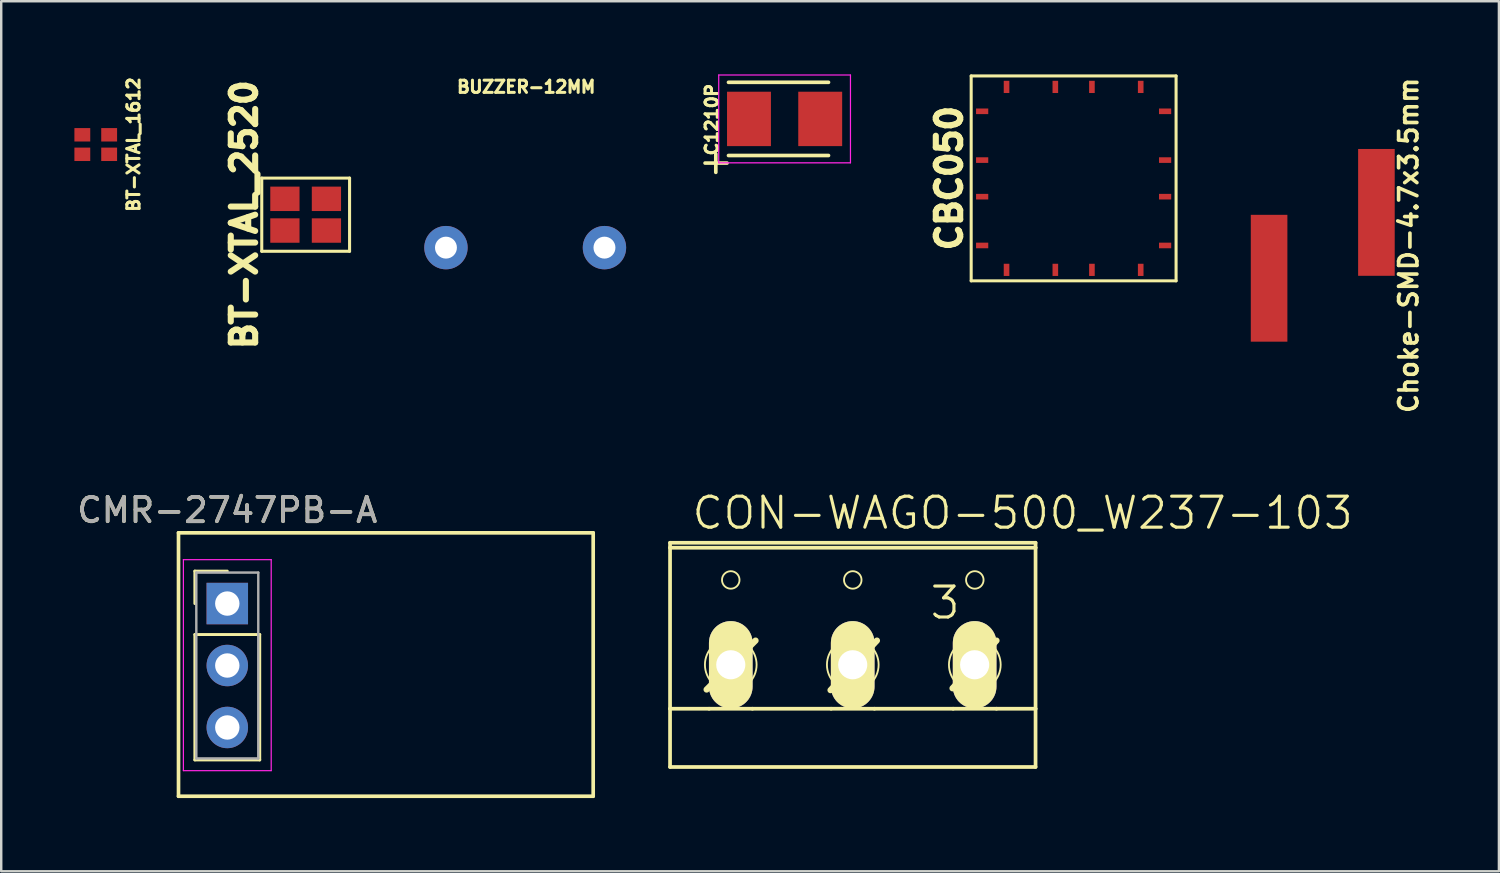
<source format=kicad_pcb>
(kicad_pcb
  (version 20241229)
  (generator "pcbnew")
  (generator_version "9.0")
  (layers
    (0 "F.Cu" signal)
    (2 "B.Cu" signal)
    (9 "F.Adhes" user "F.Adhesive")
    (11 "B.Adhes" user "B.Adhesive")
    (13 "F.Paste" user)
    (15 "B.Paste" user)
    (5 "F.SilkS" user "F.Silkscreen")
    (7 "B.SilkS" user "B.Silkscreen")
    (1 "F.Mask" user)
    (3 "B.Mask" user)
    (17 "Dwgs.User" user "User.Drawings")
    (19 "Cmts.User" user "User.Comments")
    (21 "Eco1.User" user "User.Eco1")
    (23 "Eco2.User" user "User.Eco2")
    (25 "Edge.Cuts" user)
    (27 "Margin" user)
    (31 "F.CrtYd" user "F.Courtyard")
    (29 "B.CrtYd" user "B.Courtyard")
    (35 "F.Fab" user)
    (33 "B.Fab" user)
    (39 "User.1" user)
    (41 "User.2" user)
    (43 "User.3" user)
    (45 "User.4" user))
  (footprint "BUZZER-12MM"
    (layer "F.Cu")
    (at 18.481 7.102)
    (property "Reference" "BUZZER-12MM" (at 0.04 -6.59 0) (layer "F.SilkS") (effects (font (size 0.5 0.5) (thickness 0.125))))
    (attr through_hole)
    (pad "+" thru_hole circle (at 3.249 0) (size 1.778 1.778) (drill 0.899) (layers "*.Cu" "*.Mask" "F.Paste"))
    (pad "-" thru_hole circle (at -3.249 0) (size 1.778 1.778) (drill 0.899) (layers "*.Cu" "*.Mask" "F.Paste")))
  (footprint "CBC050"
    (layer "F.Cu")
    (at 40.964 4.263)
    (property "Reference" "CBC050" (at -5.1 -0.01 90) (layer "F.SilkS") (effects (font (size 1 1) (thickness 0.25))))
    (attr through_hole)
    (fp_line (start -4.2 -4.2) (end 4.2 -4.2) (stroke (width 0.125) (type solid)) (layer "F.SilkS"))
    (fp_line (start -4.2 4.2) (end -4.2 -4.2) (stroke (width 0.125) (type solid)) (layer "F.SilkS"))
    (fp_line (start 4.2 -4.2) (end 4.2 4.2) (stroke (width 0.125) (type solid)) (layer "F.SilkS"))
    (fp_line (start 4.2 4.2) (end -4.2 4.2) (stroke (width 0.125) (type solid)) (layer "F.SilkS"))
    (pad "1" smd rect (at -3.75 -2.75) (size 0.5 0.23) (layers "F.Cu" "F.Mask" "F.Paste"))
    (pad "2" smd rect (at -3.75 -0.75) (size 0.5 0.23) (layers "F.Cu" "F.Mask" "F.Paste"))
    (pad "3" smd rect (at -3.75 0.75) (size 0.5 0.23) (layers "F.Cu" "F.Mask" "F.Paste"))
    (pad "4" smd rect (at -3.75 2.75) (size 0.5 0.23) (layers "F.Cu" "F.Mask" "F.Paste"))
    (pad "5" smd rect (at -2.75 3.75 90) (size 0.5 0.23) (layers "F.Cu" "F.Mask" "F.Paste"))
    (pad "6" smd rect (at -0.75 3.75 90) (size 0.5 0.23) (layers "F.Cu" "F.Mask" "F.Paste"))
    (pad "7" smd rect (at 0.75 3.75 90) (size 0.5 0.23) (layers "F.Cu" "F.Mask" "F.Paste"))
    (pad "8" smd rect (at 2.75 3.75 90) (size 0.5 0.23) (layers "F.Cu" "F.Mask" "F.Paste"))
    (pad "9" smd rect (at 3.75 2.75) (size 0.5 0.23) (layers "F.Cu" "F.Mask" "F.Paste"))
    (pad "10" smd rect (at 3.75 0.75) (size 0.5 0.23) (layers "F.Cu" "F.Mask" "F.Paste"))
    (pad "11" smd rect (at 3.75 -0.75) (size 0.5 0.23) (layers "F.Cu" "F.Mask" "F.Paste"))
    (pad "12" smd rect (at 3.75 -2.75) (size 0.5 0.23) (layers "F.Cu" "F.Mask" "F.Paste"))
    (pad "13" smd rect (at 2.75 -3.75 270) (size 0.5 0.23) (layers "F.Cu" "F.Mask" "F.Paste"))
    (pad "14" smd rect (at 0.75 -3.75 270) (size 0.5 0.23) (layers "F.Cu" "F.Mask" "F.Paste"))
    (pad "15" smd rect (at -0.75 -3.75 270) (size 0.5 0.23) (layers "F.Cu" "F.Mask" "F.Paste"))
    (pad "16" smd rect (at -2.75 -3.75 270) (size 0.5 0.23) (layers "F.Cu" "F.Mask" "F.Paste")))
  (footprint "BT-XTAL_1612"
    (layer "F.Cu")
    (at 0.875 2.876)
    (property "Reference" "BT-XTAL_1612" (at 1.55 0 90) (layer "F.SilkS") (effects (font (size 0.5 0.5) (thickness 0.125))))
    (attr through_hole)
    (pad "1" smd rect (at -0.55 0.4) (size 0.65 0.55) (layers "F.Cu" "F.Mask" "F.Paste"))
    (pad "2" smd rect (at 0.55 -0.4) (size 0.65 0.55) (layers "F.Cu" "F.Mask" "F.Paste"))
    (pad "3" smd rect (at 0.55 0.4) (size 0.65 0.55) (layers "F.Cu" "F.Mask" "F.Paste"))
    (pad "4" smd rect (at -0.55 -0.4) (size 0.65 0.55) (layers "F.Cu" "F.Mask" "F.Paste")))
  (footprint "C1210P"
    (layer "F.Cu")
    (at 29.115 1.825)
    (property "Reference" "C1210P" (at -2.985 0.03 90) (layer "F.SilkS") (effects (font (size 0.5 0.5) (thickness 0.125))))
    (attr smd)
    (fp_line (start -3.26 1.81) (end -2.36 1.81) (stroke (width 0.15) (type solid)) (layer "F.SilkS"))
    (fp_line (start -2.82 2.19) (end -2.82 1.44) (stroke (width 0.15) (type solid)) (layer "F.SilkS"))
    (fp_line (start 1.8 -1.5) (end -2.3 -1.5) (stroke (width 0.15) (type solid)) (layer "F.SilkS"))
    (fp_line (start 1.8 1.5) (end -2.3 1.5) (stroke (width 0.15) (type solid)) (layer "F.SilkS"))
    (fp_line (start -2.7 -1.8) (end -2.7 1.8) (stroke (width 0.05) (type solid)) (layer "F.CrtYd"))
    (fp_line (start -2.7 1.8) (end 2.7 1.8) (stroke (width 0.05) (type solid)) (layer "F.CrtYd"))
    (fp_line (start 2.7 -1.8) (end -2.7 -1.8) (stroke (width 0.05) (type solid)) (layer "F.CrtYd"))
    (fp_line (start 2.7 1.8) (end 2.7 -1.8) (stroke (width 0.05) (type solid)) (layer "F.CrtYd"))
    (pad "1" smd rect (at -1.46 0) (size 1.8 2.23) (layers "F.Cu" "F.Mask" "F.Paste"))
    (pad "2" smd rect (at 1.46 0) (size 1.8 2.23) (layers "F.Cu" "F.Mask" "F.Paste")))
  (footprint "BT-XTAL_2520"
    (layer "F.Cu")
    (at 9.481 5.751)
    (property "Reference" "BT-XTAL_2520" (at -2.52 0 90) (layer "F.SilkS") (effects (font (size 1 1) (thickness 0.25))))
    (attr through_hole)
    (fp_line (start -1.8 -1.5) (end 1.8 -1.5) (stroke (width 0.125) (type solid)) (layer "F.SilkS"))
    (fp_line (start -1.8 1.5) (end -1.8 -1.5) (stroke (width 0.125) (type solid)) (layer "F.SilkS"))
    (fp_line (start 1.8 -1.5) (end 1.8 1.5) (stroke (width 0.125) (type solid)) (layer "F.SilkS"))
    (fp_line (start 1.8 1.5) (end -1.8 1.5) (stroke (width 0.125) (type solid)) (layer "F.SilkS"))
    (pad "1" smd rect (at -0.851 0.65) (size 1.199 1.001) (layers "F.Cu" "F.Mask" "F.Paste"))
    (pad "2" smd rect (at 0.851 -0.65) (size 1.199 1.001) (layers "F.Cu" "F.Mask" "F.Paste"))
    (pad "3" smd rect (at 0.851 0.65) (size 1.199 1.001) (layers "F.Cu" "F.Mask" "F.Paste"))
    (pad "4" smd rect (at -0.851 -0.65) (size 1.199 1.001) (layers "F.Cu" "F.Mask" "F.Paste")))
  (footprint "CMR-2747PB-A"
    (layer "F.Cu")
    (at 6.268 24.193)
    (property "Reference" "CMR-2747PB-A" (at 0 -6.33 0) (layer "F.SilkS") (effects (font (size 1 1) (thickness 0.15))))
    (attr through_hole)
    (fp_line (start -2 -5.4) (end -2 5.4) (stroke (width 0.15) (type solid)) (layer "F.SilkS"))
    (fp_line (start -2 -5.4) (end 15 -5.4) (stroke (width 0.15) (type solid)) (layer "F.SilkS"))
    (fp_line (start -1.33 -3.83) (end 0 -3.83) (stroke (width 0.12) (type solid)) (layer "F.SilkS"))
    (fp_line (start -1.33 -2.5) (end -1.33 -3.83) (stroke (width 0.12) (type solid)) (layer "F.SilkS"))
    (fp_line (start -1.33 -1.23) (end -1.33 3.91) (stroke (width 0.12) (type solid)) (layer "F.SilkS"))
    (fp_line (start -1.33 3.91) (end 1.33 3.91) (stroke (width 0.12) (type solid)) (layer "F.SilkS"))
    (fp_line (start 1.33 -1.23) (end -1.33 -1.23) (stroke (width 0.12) (type solid)) (layer "F.SilkS"))
    (fp_line (start 1.33 3.91) (end 1.33 -1.23) (stroke (width 0.12) (type solid)) (layer "F.SilkS"))
    (fp_line (start 15 -5.4) (end 15 5.4) (stroke (width 0.15) (type solid)) (layer "F.SilkS"))
    (fp_line (start 15 5.4) (end -2 5.4) (stroke (width 0.15) (type solid)) (layer "F.SilkS"))
    (fp_line (start -1.8 -4.3) (end -1.8 4.35) (stroke (width 0.05) (type solid)) (layer "F.CrtYd"))
    (fp_line (start -1.8 4.35) (end 1.8 4.35) (stroke (width 0.05) (type solid)) (layer "F.CrtYd"))
    (fp_line (start 1.8 -4.3) (end -1.8 -4.3) (stroke (width 0.05) (type solid)) (layer "F.CrtYd"))
    (fp_line (start 1.8 4.35) (end 1.8 -4.3) (stroke (width 0.05) (type solid)) (layer "F.CrtYd"))
    (fp_line (start -1.27 -3.77) (end -1.27 3.85) (stroke (width 0.1) (type solid)) (layer "F.Fab"))
    (fp_line (start -1.27 3.85) (end 1.27 3.85) (stroke (width 0.1) (type solid)) (layer "F.Fab"))
    (fp_line (start 1.27 -3.77) (end -1.27 -3.77) (stroke (width 0.1) (type solid)) (layer "F.Fab"))
    (fp_line (start 1.27 3.85) (end 1.27 -3.77) (stroke (width 0.1) (type solid)) (layer "F.Fab"))
    (fp_text user "${REFERENCE}" (at 0 -6.33 0) (layer "F.Fab") (effects (font (size 1 1) (thickness 0.15))))
    (pad "1" thru_hole oval (at 0 0.04) (size 1.7 1.7) (drill 1) (layers "*.Cu" "*.Mask"))
    (pad "2" thru_hole rect (at 0 -2.5) (size 1.7 1.7) (drill 1) (layers "*.Cu" "*.Mask"))
    (pad "3" thru_hole oval (at 0 2.58) (size 1.7 1.7) (drill 1) (layers "*.Cu" "*.Mask")))
  (footprint "Choke-SMD-4.7x3.5mm"
    (layer "F.Cu")
    (at 51.177 7.007)
    (property "Reference" "Choke-SMD-4.7x3.5mm" (at 3.52 0 90) (layer "F.SilkS") (effects (font (size 0.75 0.75) (thickness 0.15))))
    (attr through_hole)
    (pad "1" smd rect (at -2.2 1.35) (size 1.5 5.2) (layers "F.Cu" "F.Mask" "F.Paste"))
    (pad "2" smd rect (at 2.2 -1.35) (size 1.5 5.2) (layers "F.Cu" "F.Mask" "F.Paste")))
  (footprint "CON-WAGO-500_W237-103"
    (layer "F.Cu")
    (at 31.907 22.914)
    (property "Reference" "CON-WAGO-500_W237-103" (at 6.967 -4.934 0) (layer "F.SilkS") (effects (font (size 1.27 1.27) (thickness 0.127))))
    (attr exclude_from_pos_files exclude_from_bom)
    (fp_line (start -7.488 -3.51) (end -7.488 -3.713) (stroke (width 0.152) (type solid)) (layer "F.SilkS"))
    (fp_line (start -7.488 3.091) (end -7.488 -3.51) (stroke (width 0.152) (type solid)) (layer "F.SilkS"))
    (fp_line (start -7.488 3.091) (end -5.888 3.091) (stroke (width 0.152) (type solid)) (layer "F.SilkS"))
    (fp_line (start -7.488 5.479) (end -7.488 3.091) (stroke (width 0.152) (type solid)) (layer "F.SilkS"))
    (fp_line (start -7.488 5.479) (end 7.496 5.479) (stroke (width 0.152) (type solid)) (layer "F.SilkS"))
    (fp_line (start -5.989 2.304) (end -3.983 0.297) (stroke (width 0.254) (type solid)) (layer "F.SilkS"))
    (fp_line (start -5.888 3.091) (end -4.11 3.091) (stroke (width 0.152) (type solid)) (layer "F.SilkS"))
    (fp_line (start -4.11 3.091) (end -0.884 3.091) (stroke (width 0.152) (type solid)) (layer "F.SilkS"))
    (fp_line (start -0.909 2.329) (end 0.993 0.297) (stroke (width 0.254) (type solid)) (layer "F.SilkS"))
    (fp_line (start -0.884 3.091) (end 0.892 3.091) (stroke (width 0.152) (type solid)) (layer "F.SilkS"))
    (fp_line (start 0.892 3.091) (end 4.117 3.091) (stroke (width 0.152) (type solid)) (layer "F.SilkS"))
    (fp_line (start 4.092 2.253) (end 5.895 0.297) (stroke (width 0.254) (type solid)) (layer "F.SilkS"))
    (fp_line (start 4.117 3.091) (end 5.895 3.091) (stroke (width 0.152) (type solid)) (layer "F.SilkS"))
    (fp_line (start 5.895 3.091) (end 7.496 3.091) (stroke (width 0.152) (type solid)) (layer "F.SilkS"))
    (fp_line (start 7.496 -3.713) (end -7.488 -3.713) (stroke (width 0.152) (type solid)) (layer "F.SilkS"))
    (fp_line (start 7.496 -3.713) (end 7.496 -3.51) (stroke (width 0.152) (type solid)) (layer "F.SilkS"))
    (fp_line (start 7.496 -3.51) (end -7.488 -3.51) (stroke (width 0.152) (type solid)) (layer "F.SilkS"))
    (fp_line (start 7.496 -3.51) (end 7.496 3.091) (stroke (width 0.152) (type solid)) (layer "F.SilkS"))
    (fp_line (start 7.496 3.091) (end 7.496 5.479) (stroke (width 0.152) (type solid)) (layer "F.SilkS"))
    (fp_circle (center -4.999 -2.189) (end -5.253 -2.443) (stroke (width 0.076) (type solid)) (fill no) (layer "F.SilkS"))
    (fp_circle (center -4.999 1.288) (end -5.748 2.037) (stroke (width 0.076) (type solid)) (fill no) (layer "F.SilkS"))
    (fp_circle (center 0.003 -2.189) (end 0.257 -2.443) (stroke (width 0.076) (type solid)) (fill no) (layer "F.SilkS"))
    (fp_circle (center 0.003 1.288) (end 0.752 2.037) (stroke (width 0.076) (type solid)) (fill no) (layer "F.SilkS"))
    (fp_circle (center 5.006 -2.189) (end 5.26 -2.443) (stroke (width 0.076) (type solid)) (fill no) (layer "F.SilkS"))
    (fp_circle (center 5.006 1.288) (end 5.756 2.037) (stroke (width 0.076) (type solid)) (fill no) (layer "F.SilkS"))
    (fp_text user "3" (at 3.787 -1.25 0) (layer "F.SilkS") (effects (font (size 1.27 1.27) (thickness 0.127))))
    (pad "1" thru_hole oval (at -4.999 1.288 180) (size 1.788 3.579) (drill 1.194) (layers "*.Cu" "*.Mask" "F.SilkS" "F.Paste"))
    (pad "2" thru_hole oval (at 0 1.288 180) (size 1.788 3.579) (drill 1.194) (layers "*.Cu" "*.Mask" "F.SilkS" "F.Paste"))
    (pad "3" thru_hole oval (at 4.999 1.288 180) (size 1.788 3.579) (drill 1.194) (layers "*.Cu" "*.Mask" "F.SilkS" "F.Paste")))
  (gr_rect
    (start -3 -3)
    (end 58.399 32.668)
    (stroke (width 0.1) (type default))
    (fill no)
    (layer "Edge.Cuts")))
</source>
